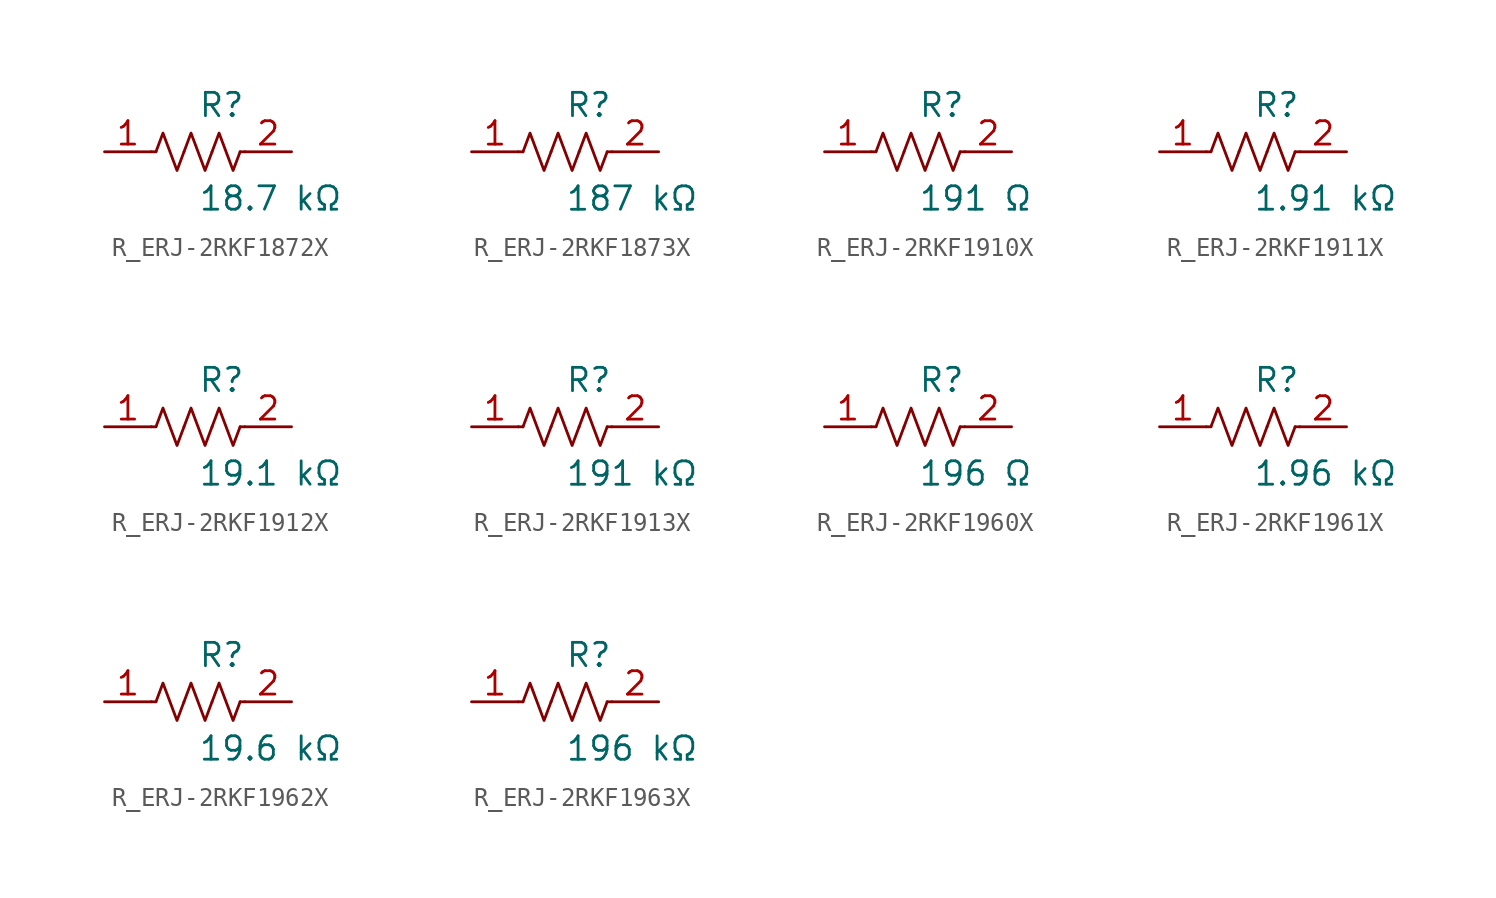
<source format=kicad_sym>
(kicad_symbol_lib
  (version 20231120)
  (generator kicad_symbol_editor)
  (generator_version 8.0)
  (symbol "R_ERJ-2RKF1872X"
    (pin_names
      (offset 0.254))
    (property "Reference" "R"
      (at 0 2.54 0)
      (effects (font (size 1.27 1.27)) (justify left)))
    (property "Value" "18.7 kΩ"
      (at 0 -2.54 0)
      (effects (font (size 1.27 1.27)) (justify left)))
    (symbol "R_ERJ-2RKF1872X_0_1"
      (polyline (pts (xy 2.286 0) (xy 2.54 0)) (stroke (width 0) (type default)) (fill (type none)))
      (polyline (pts (xy -2.286 0) (xy -2.54 0)) (stroke (width 0) (type default)) (fill (type none)))
      (polyline (pts (xy 0.762 0) (xy 1.143 1.016) (xy 1.524 0) (xy 1.905 -1.016) (xy 2.286 0)) (stroke (width 0) (type default)) (fill (type none)))
      (polyline (pts (xy -0.762 0) (xy -0.381 1.016) (xy 0 0) (xy 0.381 -1.016) (xy 0.762 0)) (stroke (width 0) (type default)) (fill (type none)))
      (polyline (pts (xy -2.286 0) (xy -1.905 1.016) (xy -1.524 0) (xy -1.143 -1.016) (xy -0.762 0)) (stroke (width 0) (type default)) (fill (type none))))
    (pin unspecified line
      (at -5.08 0 0)
      (length 2.54)
      (name "" (effects (font (size 1.27 1.27))))
      (number "1" (effects (font (size 1.27 1.27)))))
    (pin unspecified line
      (at 5.08 0 180)
      (length 2.54)
      (name "" (effects (font (size 1.27 1.27))))
      (number "2" (effects (font (size 1.27 1.27))))))
  (symbol "R_ERJ-2RKF1873X"
    (pin_names
      (offset 0.254))
    (property "Reference" "R"
      (at 0 2.54 0)
      (effects (font (size 1.27 1.27)) (justify left)))
    (property "Value" "187 kΩ"
      (at 0 -2.54 0)
      (effects (font (size 1.27 1.27)) (justify left)))
    (symbol "R_ERJ-2RKF1873X_0_1"
      (polyline (pts (xy 2.286 0) (xy 2.54 0)) (stroke (width 0) (type default)) (fill (type none)))
      (polyline (pts (xy -2.286 0) (xy -2.54 0)) (stroke (width 0) (type default)) (fill (type none)))
      (polyline (pts (xy 0.762 0) (xy 1.143 1.016) (xy 1.524 0) (xy 1.905 -1.016) (xy 2.286 0)) (stroke (width 0) (type default)) (fill (type none)))
      (polyline (pts (xy -0.762 0) (xy -0.381 1.016) (xy 0 0) (xy 0.381 -1.016) (xy 0.762 0)) (stroke (width 0) (type default)) (fill (type none)))
      (polyline (pts (xy -2.286 0) (xy -1.905 1.016) (xy -1.524 0) (xy -1.143 -1.016) (xy -0.762 0)) (stroke (width 0) (type default)) (fill (type none))))
    (pin unspecified line
      (at -5.08 0 0)
      (length 2.54)
      (name "" (effects (font (size 1.27 1.27))))
      (number "1" (effects (font (size 1.27 1.27)))))
    (pin unspecified line
      (at 5.08 0 180)
      (length 2.54)
      (name "" (effects (font (size 1.27 1.27))))
      (number "2" (effects (font (size 1.27 1.27))))))
  (symbol "R_ERJ-2RKF1910X"
    (pin_names
      (offset 0.254))
    (property "Reference" "R"
      (at 0 2.54 0)
      (effects (font (size 1.27 1.27)) (justify left)))
    (property "Value" "191 Ω"
      (at 0 -2.54 0)
      (effects (font (size 1.27 1.27)) (justify left)))
    (symbol "R_ERJ-2RKF1910X_0_1"
      (polyline (pts (xy 2.286 0) (xy 2.54 0)) (stroke (width 0) (type default)) (fill (type none)))
      (polyline (pts (xy -2.286 0) (xy -2.54 0)) (stroke (width 0) (type default)) (fill (type none)))
      (polyline (pts (xy 0.762 0) (xy 1.143 1.016) (xy 1.524 0) (xy 1.905 -1.016) (xy 2.286 0)) (stroke (width 0) (type default)) (fill (type none)))
      (polyline (pts (xy -0.762 0) (xy -0.381 1.016) (xy 0 0) (xy 0.381 -1.016) (xy 0.762 0)) (stroke (width 0) (type default)) (fill (type none)))
      (polyline (pts (xy -2.286 0) (xy -1.905 1.016) (xy -1.524 0) (xy -1.143 -1.016) (xy -0.762 0)) (stroke (width 0) (type default)) (fill (type none))))
    (pin unspecified line
      (at -5.08 0 0)
      (length 2.54)
      (name "" (effects (font (size 1.27 1.27))))
      (number "1" (effects (font (size 1.27 1.27)))))
    (pin unspecified line
      (at 5.08 0 180)
      (length 2.54)
      (name "" (effects (font (size 1.27 1.27))))
      (number "2" (effects (font (size 1.27 1.27))))))
  (symbol "R_ERJ-2RKF1911X"
    (pin_names
      (offset 0.254))
    (property "Reference" "R"
      (at 0 2.54 0)
      (effects (font (size 1.27 1.27)) (justify left)))
    (property "Value" "1.91 kΩ"
      (at 0 -2.54 0)
      (effects (font (size 1.27 1.27)) (justify left)))
    (symbol "R_ERJ-2RKF1911X_0_1"
      (polyline (pts (xy 2.286 0) (xy 2.54 0)) (stroke (width 0) (type default)) (fill (type none)))
      (polyline (pts (xy -2.286 0) (xy -2.54 0)) (stroke (width 0) (type default)) (fill (type none)))
      (polyline (pts (xy 0.762 0) (xy 1.143 1.016) (xy 1.524 0) (xy 1.905 -1.016) (xy 2.286 0)) (stroke (width 0) (type default)) (fill (type none)))
      (polyline (pts (xy -0.762 0) (xy -0.381 1.016) (xy 0 0) (xy 0.381 -1.016) (xy 0.762 0)) (stroke (width 0) (type default)) (fill (type none)))
      (polyline (pts (xy -2.286 0) (xy -1.905 1.016) (xy -1.524 0) (xy -1.143 -1.016) (xy -0.762 0)) (stroke (width 0) (type default)) (fill (type none))))
    (pin unspecified line
      (at -5.08 0 0)
      (length 2.54)
      (name "" (effects (font (size 1.27 1.27))))
      (number "1" (effects (font (size 1.27 1.27)))))
    (pin unspecified line
      (at 5.08 0 180)
      (length 2.54)
      (name "" (effects (font (size 1.27 1.27))))
      (number "2" (effects (font (size 1.27 1.27))))))
  (symbol "R_ERJ-2RKF1912X"
    (pin_names
      (offset 0.254))
    (property "Reference" "R"
      (at 0 2.54 0)
      (effects (font (size 1.27 1.27)) (justify left)))
    (property "Value" "19.1 kΩ"
      (at 0 -2.54 0)
      (effects (font (size 1.27 1.27)) (justify left)))
    (symbol "R_ERJ-2RKF1912X_0_1"
      (polyline (pts (xy 2.286 0) (xy 2.54 0)) (stroke (width 0) (type default)) (fill (type none)))
      (polyline (pts (xy -2.286 0) (xy -2.54 0)) (stroke (width 0) (type default)) (fill (type none)))
      (polyline (pts (xy 0.762 0) (xy 1.143 1.016) (xy 1.524 0) (xy 1.905 -1.016) (xy 2.286 0)) (stroke (width 0) (type default)) (fill (type none)))
      (polyline (pts (xy -0.762 0) (xy -0.381 1.016) (xy 0 0) (xy 0.381 -1.016) (xy 0.762 0)) (stroke (width 0) (type default)) (fill (type none)))
      (polyline (pts (xy -2.286 0) (xy -1.905 1.016) (xy -1.524 0) (xy -1.143 -1.016) (xy -0.762 0)) (stroke (width 0) (type default)) (fill (type none))))
    (pin unspecified line
      (at -5.08 0 0)
      (length 2.54)
      (name "" (effects (font (size 1.27 1.27))))
      (number "1" (effects (font (size 1.27 1.27)))))
    (pin unspecified line
      (at 5.08 0 180)
      (length 2.54)
      (name "" (effects (font (size 1.27 1.27))))
      (number "2" (effects (font (size 1.27 1.27))))))
  (symbol "R_ERJ-2RKF1913X"
    (pin_names
      (offset 0.254))
    (property "Reference" "R"
      (at 0 2.54 0)
      (effects (font (size 1.27 1.27)) (justify left)))
    (property "Value" "191 kΩ"
      (at 0 -2.54 0)
      (effects (font (size 1.27 1.27)) (justify left)))
    (symbol "R_ERJ-2RKF1913X_0_1"
      (polyline (pts (xy 2.286 0) (xy 2.54 0)) (stroke (width 0) (type default)) (fill (type none)))
      (polyline (pts (xy -2.286 0) (xy -2.54 0)) (stroke (width 0) (type default)) (fill (type none)))
      (polyline (pts (xy 0.762 0) (xy 1.143 1.016) (xy 1.524 0) (xy 1.905 -1.016) (xy 2.286 0)) (stroke (width 0) (type default)) (fill (type none)))
      (polyline (pts (xy -0.762 0) (xy -0.381 1.016) (xy 0 0) (xy 0.381 -1.016) (xy 0.762 0)) (stroke (width 0) (type default)) (fill (type none)))
      (polyline (pts (xy -2.286 0) (xy -1.905 1.016) (xy -1.524 0) (xy -1.143 -1.016) (xy -0.762 0)) (stroke (width 0) (type default)) (fill (type none))))
    (pin unspecified line
      (at -5.08 0 0)
      (length 2.54)
      (name "" (effects (font (size 1.27 1.27))))
      (number "1" (effects (font (size 1.27 1.27)))))
    (pin unspecified line
      (at 5.08 0 180)
      (length 2.54)
      (name "" (effects (font (size 1.27 1.27))))
      (number "2" (effects (font (size 1.27 1.27))))))
  (symbol "R_ERJ-2RKF1960X"
    (pin_names
      (offset 0.254))
    (property "Reference" "R"
      (at 0 2.54 0)
      (effects (font (size 1.27 1.27)) (justify left)))
    (property "Value" "196 Ω"
      (at 0 -2.54 0)
      (effects (font (size 1.27 1.27)) (justify left)))
    (symbol "R_ERJ-2RKF1960X_0_1"
      (polyline (pts (xy 2.286 0) (xy 2.54 0)) (stroke (width 0) (type default)) (fill (type none)))
      (polyline (pts (xy -2.286 0) (xy -2.54 0)) (stroke (width 0) (type default)) (fill (type none)))
      (polyline (pts (xy 0.762 0) (xy 1.143 1.016) (xy 1.524 0) (xy 1.905 -1.016) (xy 2.286 0)) (stroke (width 0) (type default)) (fill (type none)))
      (polyline (pts (xy -0.762 0) (xy -0.381 1.016) (xy 0 0) (xy 0.381 -1.016) (xy 0.762 0)) (stroke (width 0) (type default)) (fill (type none)))
      (polyline (pts (xy -2.286 0) (xy -1.905 1.016) (xy -1.524 0) (xy -1.143 -1.016) (xy -0.762 0)) (stroke (width 0) (type default)) (fill (type none))))
    (pin unspecified line
      (at -5.08 0 0)
      (length 2.54)
      (name "" (effects (font (size 1.27 1.27))))
      (number "1" (effects (font (size 1.27 1.27)))))
    (pin unspecified line
      (at 5.08 0 180)
      (length 2.54)
      (name "" (effects (font (size 1.27 1.27))))
      (number "2" (effects (font (size 1.27 1.27))))))
  (symbol "R_ERJ-2RKF1961X"
    (pin_names
      (offset 0.254))
    (property "Reference" "R"
      (at 0 2.54 0)
      (effects (font (size 1.27 1.27)) (justify left)))
    (property "Value" "1.96 kΩ"
      (at 0 -2.54 0)
      (effects (font (size 1.27 1.27)) (justify left)))
    (symbol "R_ERJ-2RKF1961X_0_1"
      (polyline (pts (xy 2.286 0) (xy 2.54 0)) (stroke (width 0) (type default)) (fill (type none)))
      (polyline (pts (xy -2.286 0) (xy -2.54 0)) (stroke (width 0) (type default)) (fill (type none)))
      (polyline (pts (xy 0.762 0) (xy 1.143 1.016) (xy 1.524 0) (xy 1.905 -1.016) (xy 2.286 0)) (stroke (width 0) (type default)) (fill (type none)))
      (polyline (pts (xy -0.762 0) (xy -0.381 1.016) (xy 0 0) (xy 0.381 -1.016) (xy 0.762 0)) (stroke (width 0) (type default)) (fill (type none)))
      (polyline (pts (xy -2.286 0) (xy -1.905 1.016) (xy -1.524 0) (xy -1.143 -1.016) (xy -0.762 0)) (stroke (width 0) (type default)) (fill (type none))))
    (pin unspecified line
      (at -5.08 0 0)
      (length 2.54)
      (name "" (effects (font (size 1.27 1.27))))
      (number "1" (effects (font (size 1.27 1.27)))))
    (pin unspecified line
      (at 5.08 0 180)
      (length 2.54)
      (name "" (effects (font (size 1.27 1.27))))
      (number "2" (effects (font (size 1.27 1.27))))))
  (symbol "R_ERJ-2RKF1962X"
    (pin_names
      (offset 0.254))
    (property "Reference" "R"
      (at 0 2.54 0)
      (effects (font (size 1.27 1.27)) (justify left)))
    (property "Value" "19.6 kΩ"
      (at 0 -2.54 0)
      (effects (font (size 1.27 1.27)) (justify left)))
    (symbol "R_ERJ-2RKF1962X_0_1"
      (polyline (pts (xy 2.286 0) (xy 2.54 0)) (stroke (width 0) (type default)) (fill (type none)))
      (polyline (pts (xy -2.286 0) (xy -2.54 0)) (stroke (width 0) (type default)) (fill (type none)))
      (polyline (pts (xy 0.762 0) (xy 1.143 1.016) (xy 1.524 0) (xy 1.905 -1.016) (xy 2.286 0)) (stroke (width 0) (type default)) (fill (type none)))
      (polyline (pts (xy -0.762 0) (xy -0.381 1.016) (xy 0 0) (xy 0.381 -1.016) (xy 0.762 0)) (stroke (width 0) (type default)) (fill (type none)))
      (polyline (pts (xy -2.286 0) (xy -1.905 1.016) (xy -1.524 0) (xy -1.143 -1.016) (xy -0.762 0)) (stroke (width 0) (type default)) (fill (type none))))
    (pin unspecified line
      (at -5.08 0 0)
      (length 2.54)
      (name "" (effects (font (size 1.27 1.27))))
      (number "1" (effects (font (size 1.27 1.27)))))
    (pin unspecified line
      (at 5.08 0 180)
      (length 2.54)
      (name "" (effects (font (size 1.27 1.27))))
      (number "2" (effects (font (size 1.27 1.27))))))
  (symbol "R_ERJ-2RKF1963X"
    (pin_names
      (offset 0.254))
    (property "Reference" "R"
      (at 0 2.54 0)
      (effects (font (size 1.27 1.27)) (justify left)))
    (property "Value" "196 kΩ"
      (at 0 -2.54 0)
      (effects (font (size 1.27 1.27)) (justify left)))
    (symbol "R_ERJ-2RKF1963X_0_1"
      (polyline (pts (xy 2.286 0) (xy 2.54 0)) (stroke (width 0) (type default)) (fill (type none)))
      (polyline (pts (xy -2.286 0) (xy -2.54 0)) (stroke (width 0) (type default)) (fill (type none)))
      (polyline (pts (xy 0.762 0) (xy 1.143 1.016) (xy 1.524 0) (xy 1.905 -1.016) (xy 2.286 0)) (stroke (width 0) (type default)) (fill (type none)))
      (polyline (pts (xy -0.762 0) (xy -0.381 1.016) (xy 0 0) (xy 0.381 -1.016) (xy 0.762 0)) (stroke (width 0) (type default)) (fill (type none)))
      (polyline (pts (xy -2.286 0) (xy -1.905 1.016) (xy -1.524 0) (xy -1.143 -1.016) (xy -0.762 0)) (stroke (width 0) (type default)) (fill (type none))))
    (pin unspecified line
      (at -5.08 0 0)
      (length 2.54)
      (name "" (effects (font (size 1.27 1.27))))
      (number "1" (effects (font (size 1.27 1.27)))))
    (pin unspecified line
      (at 5.08 0 180)
      (length 2.54)
      (name "" (effects (font (size 1.27 1.27))))
      (number "2" (effects (font (size 1.27 1.27)))))))
</source>
